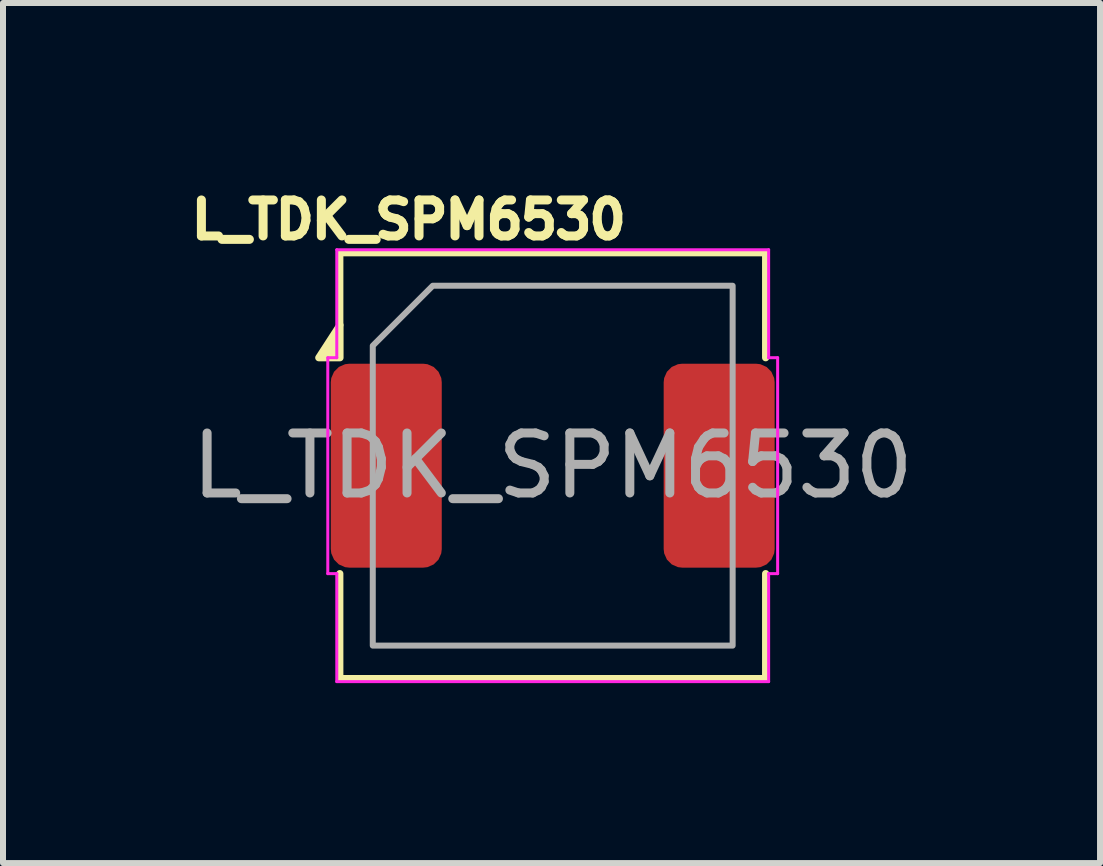
<source format=kicad_pcb>
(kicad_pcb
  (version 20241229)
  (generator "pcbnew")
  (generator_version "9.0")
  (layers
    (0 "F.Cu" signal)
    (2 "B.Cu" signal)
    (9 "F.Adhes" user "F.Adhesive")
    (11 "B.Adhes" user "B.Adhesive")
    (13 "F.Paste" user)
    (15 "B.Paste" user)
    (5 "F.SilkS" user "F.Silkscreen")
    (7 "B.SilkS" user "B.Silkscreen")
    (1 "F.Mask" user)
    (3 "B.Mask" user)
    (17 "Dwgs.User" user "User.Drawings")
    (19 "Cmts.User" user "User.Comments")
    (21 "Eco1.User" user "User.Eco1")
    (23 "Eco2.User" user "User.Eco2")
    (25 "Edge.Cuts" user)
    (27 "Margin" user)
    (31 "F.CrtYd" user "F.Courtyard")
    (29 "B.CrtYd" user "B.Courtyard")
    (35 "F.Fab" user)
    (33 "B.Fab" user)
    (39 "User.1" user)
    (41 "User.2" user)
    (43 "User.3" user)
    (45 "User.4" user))
  (footprint "L_TDK_SPM6530"
    (layer "F.Cu")
    (at 6.165 4.714)
    (property "Reference" "L_TDK_SPM6530" (at -2.4 -4.1 0) (layer "F.SilkS") (effects (font (size 0.6 0.6) (thickness 0.15))))
    (attr smd)
    (fp_line (start -3.55 -3.55) (end 3.55 -3.55) (stroke (width 0.12) (type solid)) (layer "F.SilkS"))
    (fp_line (start -3.55 -2.344) (end -3.55 -3.55) (stroke (width 0.12) (type solid)) (layer "F.SilkS"))
    (fp_line (start -3.55 3.55) (end -3.55 1.8) (stroke (width 0.12) (type solid)) (layer "F.SilkS"))
    (fp_line (start 3.55 -3.55) (end 3.55 -1.8) (stroke (width 0.12) (type solid)) (layer "F.SilkS"))
    (fp_line (start 3.55 1.8) (end 3.55 3.55) (stroke (width 0.12) (type solid)) (layer "F.SilkS"))
    (fp_line (start 3.55 3.55) (end -3.55 3.55) (stroke (width 0.12) (type solid)) (layer "F.SilkS"))
    (fp_poly (pts (xy -3.547 -1.8) (xy -3.9 -1.8) (xy -3.547 -2.344)) (stroke (width 0.12) (type solid)) (fill yes) (layer "F.SilkS"))
    (fp_line (start -3.75 -1.8) (end -3.6 -1.8) (stroke (width 0.05) (type solid)) (layer "F.CrtYd"))
    (fp_line (start -3.75 1.8) (end -3.75 -1.8) (stroke (width 0.05) (type solid)) (layer "F.CrtYd"))
    (fp_line (start -3.6 -3.6) (end 3.6 -3.6) (stroke (width 0.05) (type solid)) (layer "F.CrtYd"))
    (fp_line (start -3.6 -1.8) (end -3.6 -3.6) (stroke (width 0.05) (type solid)) (layer "F.CrtYd"))
    (fp_line (start -3.6 1.8) (end -3.75 1.8) (stroke (width 0.05) (type solid)) (layer "F.CrtYd"))
    (fp_line (start -3.6 3.6) (end -3.6 1.8) (stroke (width 0.05) (type solid)) (layer "F.CrtYd"))
    (fp_line (start 3.6 -3.6) (end 3.6 -1.8) (stroke (width 0.05) (type solid)) (layer "F.CrtYd"))
    (fp_line (start 3.6 -1.8) (end 3.75 -1.8) (stroke (width 0.05) (type solid)) (layer "F.CrtYd"))
    (fp_line (start 3.6 1.8) (end 3.6 3.6) (stroke (width 0.05) (type solid)) (layer "F.CrtYd"))
    (fp_line (start 3.6 3.6) (end -3.6 3.6) (stroke (width 0.05) (type solid)) (layer "F.CrtYd"))
    (fp_line (start 3.75 -1.8) (end 3.75 1.8) (stroke (width 0.05) (type solid)) (layer "F.CrtYd"))
    (fp_line (start 3.75 1.8) (end 3.6 1.8) (stroke (width 0.05) (type solid)) (layer "F.CrtYd"))
    (fp_poly (pts (xy -3 -2) (xy -3 3) (xy 3 3) (xy 3 -3) (xy -2 -3)) (stroke (width 0.1) (type solid)) (fill no) (layer "F.Fab"))
    (fp_text user "${REFERENCE}" (at 0 0 0) (layer "F.Fab") (effects (font (size 1 1) (thickness 0.15))))
    (pad "1" smd roundrect (at -2.775 0) (size 1.85 3.4) (layers "F.Cu" "F.Mask" "F.Paste") (roundrect_rratio 0.167))
    (pad "2" smd roundrect (at 2.775 0) (size 1.85 3.4) (layers "F.Cu" "F.Mask" "F.Paste") (roundrect_rratio 0.167)))
  (gr_rect
    (start -3 -3)
    (end 15.29 11.339)
    (stroke (width 0.1) (type default))
    (fill no)
    (layer "Edge.Cuts")))
</source>
